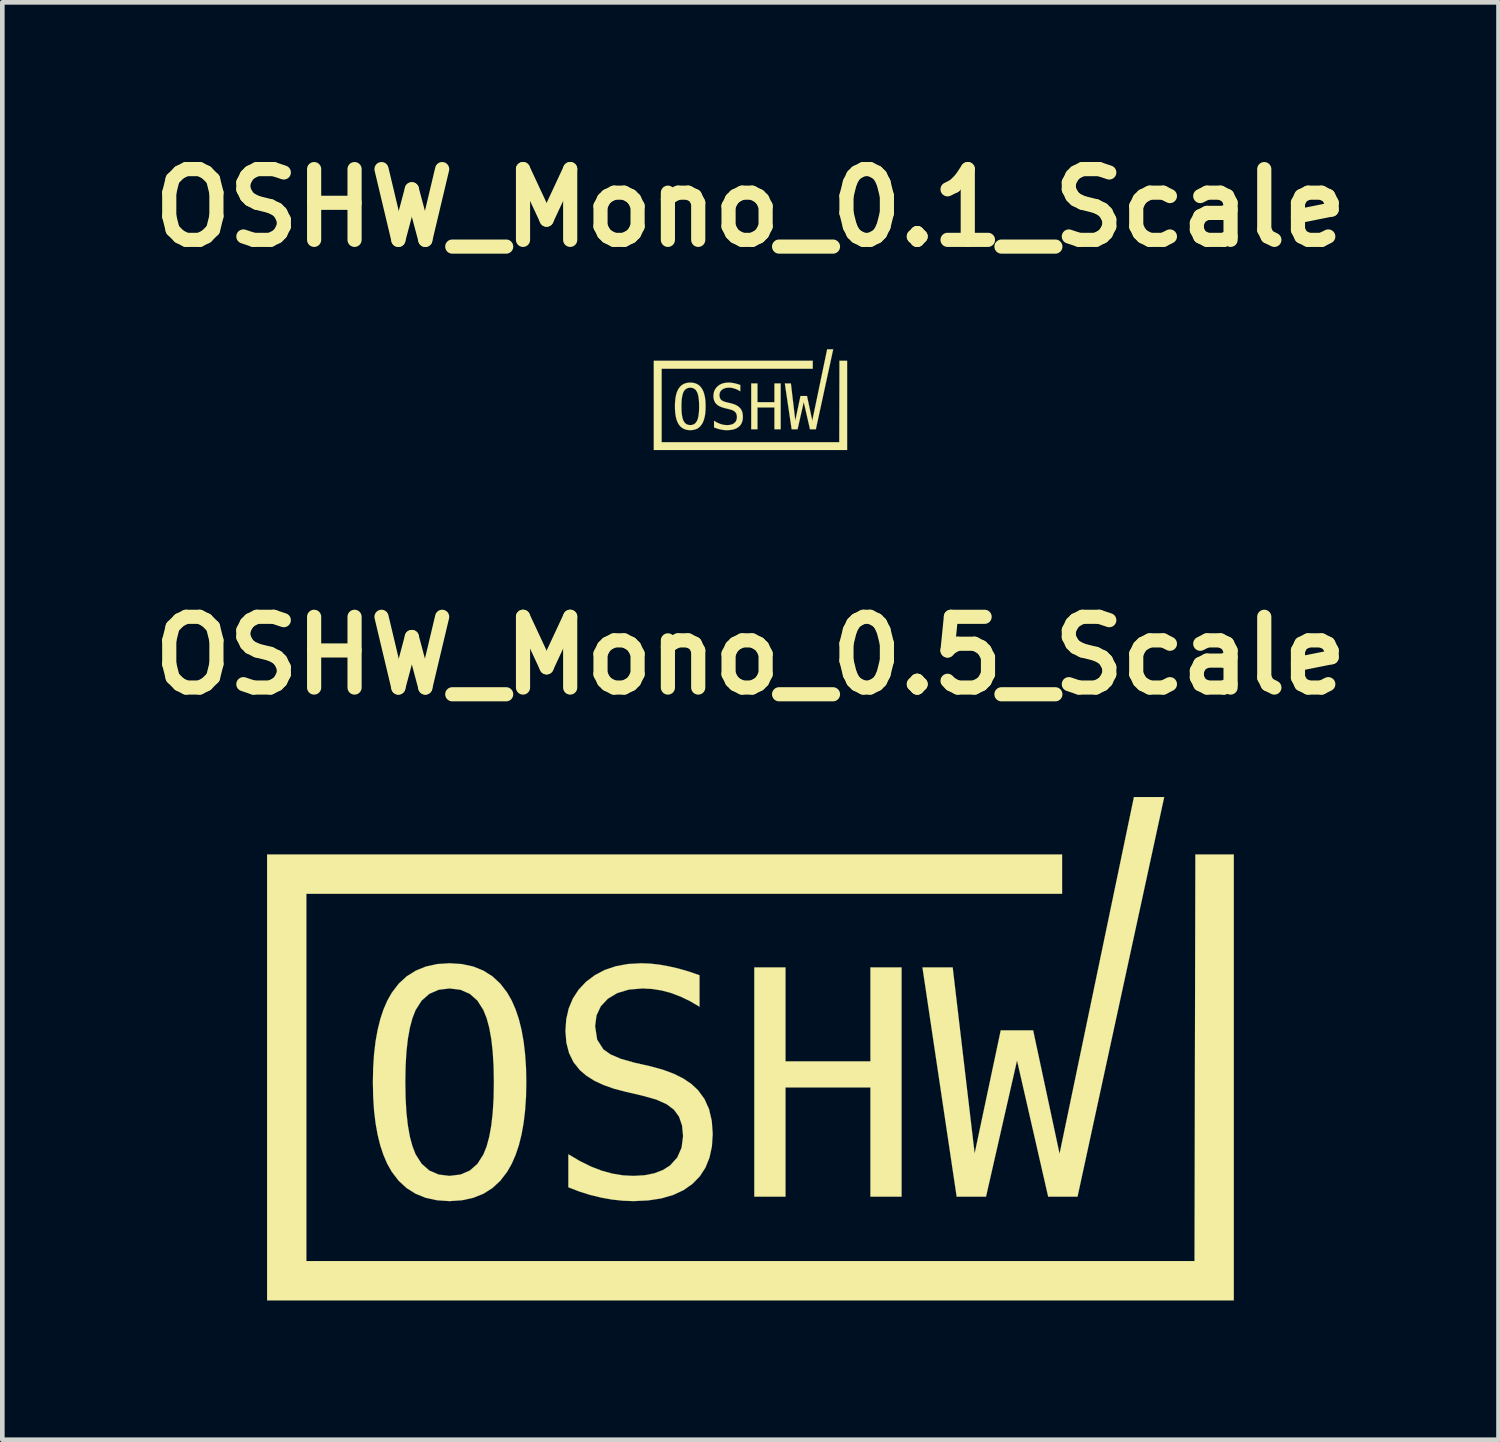
<source format=kicad_pcb>
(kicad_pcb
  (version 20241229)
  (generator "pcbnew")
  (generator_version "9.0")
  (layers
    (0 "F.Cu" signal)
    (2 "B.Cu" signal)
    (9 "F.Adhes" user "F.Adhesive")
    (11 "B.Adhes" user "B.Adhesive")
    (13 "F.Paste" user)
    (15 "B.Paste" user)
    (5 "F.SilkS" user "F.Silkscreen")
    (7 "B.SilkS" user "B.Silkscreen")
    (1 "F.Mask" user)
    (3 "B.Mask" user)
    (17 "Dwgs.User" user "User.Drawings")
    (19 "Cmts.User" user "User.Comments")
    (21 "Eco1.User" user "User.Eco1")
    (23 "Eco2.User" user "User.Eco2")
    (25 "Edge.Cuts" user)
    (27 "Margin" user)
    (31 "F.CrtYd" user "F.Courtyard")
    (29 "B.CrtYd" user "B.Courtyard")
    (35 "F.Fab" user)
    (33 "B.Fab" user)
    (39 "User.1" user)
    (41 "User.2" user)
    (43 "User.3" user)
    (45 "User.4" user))
  (footprint "OSHW_Mono_0.5_Scale"
    (layer "F.Cu")
    (at 13.114 19.539)
    (property "Reference" "OSHW_Mono_0.5_Scale" (at 0 -8.469 0) (layer "F.SilkS") (effects (font (size 1.524 1.524) (thickness 0.305))))
    (attr through_hole)
    (fp_poly (pts (xy 0.083 -1.752) (xy 0.755 -1.752) (xy 0.755 0.272) (xy 2.584 0.272) (xy 2.584 -1.752) (xy 3.255 -1.752) (xy 3.255 3.186) (xy 2.584 3.186) (xy 2.584 0.834) (xy 0.755 0.834) (xy 0.755 3.186) (xy 0.083 3.186) (xy 0.083 -1.752)) (stroke (width 0.003) (type solid)) (fill yes) (layer "F.SilkS"))
    (fp_poly (pts (xy 3.705 -1.752) (xy 4.356 -1.752) (xy 4.829 2.257) (xy 5.391 -0.396) (xy 6.089 -0.396) (xy 6.658 2.263) (xy 8.26 -5.421) (xy 8.912 -5.421) (xy 7.045 3.186) (xy 6.413 3.186) (xy 5.742 0.252) (xy 5.074 3.186) (xy 4.442 3.186) (xy 3.705 -1.752)) (stroke (width 0.003) (type solid)) (fill yes) (layer "F.SilkS"))
    (fp_poly (pts (xy -10.411 -4.184) (xy -10.411 -3.76) (xy -10.411 4.997) (xy -10.411 5.421) (xy -9.988 5.421) (xy 9.988 5.421) (xy 10.411 5.421) (xy 10.411 4.997) (xy 10.411 -4.184) (xy 9.583 -4.184) (xy 9.565 4.574) (xy -9.565 4.574) (xy -9.565 -3.337) (xy 6.712 -3.337) (xy 6.712 -4.184) (xy -9.988 -4.184) (xy -10.411 -4.184)) (stroke (width 0.003) (type solid)) (fill yes) (layer "F.SilkS"))
    (fp_poly (pts (xy -1.097 -1.583) (xy -1.097 -0.905) (xy -1.301 -1.025) (xy -1.505 -1.123) (xy -1.709 -1.2) (xy -1.913 -1.255) (xy -2.118 -1.288) (xy -2.324 -1.299) (xy -2.618 -1.274) (xy -2.867 -1.2) (xy -3.072 -1.077) (xy -3.224 -0.914) (xy -3.316 -0.717) (xy -3.346 -0.485) (xy -3.302 -0.197) (xy -3.168 0.014) (xy -3.012 0.123) (xy -2.787 0.219) (xy -2.493 0.302) (xy -2.143 0.381) (xy -1.88 0.454) (xy -1.647 0.541) (xy -1.445 0.642) (xy -1.273 0.759) (xy -1.131 0.891) (xy -0.992 1.08) (xy -0.892 1.301) (xy -0.833 1.553) (xy -0.813 1.837) (xy -0.83 2.105) (xy -0.883 2.347) (xy -0.97 2.562) (xy -1.092 2.75) (xy -1.25 2.911) (xy -1.44 3.045) (xy -1.662 3.148) (xy -1.916 3.223) (xy -2.202 3.267) (xy -2.52 3.282) (xy -2.751 3.273) (xy -2.984 3.248) (xy -3.217 3.206) (xy -3.452 3.149) (xy -3.686 3.075) (xy -3.922 2.984) (xy -3.922 2.273) (xy -3.673 2.42) (xy -3.434 2.538) (xy -3.204 2.627) (xy -2.977 2.689) (xy -2.749 2.727) (xy -2.52 2.739) (xy -2.281 2.725) (xy -2.07 2.683) (xy -1.887 2.613) (xy -1.732 2.515) (xy -1.576 2.343) (xy -1.483 2.131) (xy -1.451 1.88) (xy -1.473 1.652) (xy -1.538 1.464) (xy -1.646 1.314) (xy -1.806 1.194) (xy -2.03 1.094) (xy -2.318 1.013) (xy -2.675 0.93) (xy -2.935 0.862) (xy -3.165 0.781) (xy -3.365 0.687) (xy -3.534 0.58) (xy -3.674 0.461) (xy -3.81 0.29) (xy -3.907 0.093) (xy -3.965 -0.131) (xy -3.985 -0.383) (xy -3.967 -0.637) (xy -3.914 -0.869) (xy -3.825 -1.081) (xy -3.701 -1.272) (xy -3.542 -1.441) (xy -3.351 -1.585) (xy -3.138 -1.697) (xy -2.901 -1.777) (xy -2.641 -1.825) (xy -2.358 -1.841) (xy -2.165 -1.834) (xy -1.965 -1.812) (xy -1.759 -1.775) (xy -1.546 -1.726) (xy -1.325 -1.662) (xy -1.097 -1.583)) (stroke (width 0.003) (type solid)) (fill yes) (layer "F.SilkS"))
    (fp_poly (pts (xy -5.526 0.722) (xy -4.828 0.722) (xy -4.834 1.034) (xy -4.854 1.326) (xy -4.886 1.597) (xy -4.931 1.848) (xy -4.988 2.078) (xy -5.059 2.288) (xy -5.142 2.478) (xy -5.238 2.647) (xy -5.386 2.841) (xy -5.557 3) (xy -5.752 3.123) (xy -5.972 3.211) (xy -6.215 3.264) (xy -6.482 3.282) (xy -6.749 3.264) (xy -6.992 3.212) (xy -7.211 3.124) (xy -7.406 3.001) (xy -7.578 2.843) (xy -7.725 2.65) (xy -7.821 2.482) (xy -7.903 2.293) (xy -7.973 2.083) (xy -8.03 1.852) (xy -8.075 1.601) (xy -8.107 1.329) (xy -8.126 1.036) (xy -8.132 0.722) (xy -8.126 0.409) (xy -8.107 0.117) (xy -8.075 -0.155) (xy -8.03 -0.407) (xy -7.973 -0.637) (xy -7.903 -0.848) (xy -7.821 -1.037) (xy -7.725 -1.206) (xy -7.577 -1.4) (xy -7.405 -1.559) (xy -7.209 -1.682) (xy -6.99 -1.771) (xy -6.748 -1.824) (xy -6.482 -1.841) (xy -6.215 -1.824) (xy -5.972 -1.771) (xy -5.752 -1.682) (xy -5.557 -1.559) (xy -5.386 -1.4) (xy -5.238 -1.206) (xy -5.142 -1.037) (xy -5.059 -0.848) (xy -4.988 -0.637) (xy -4.931 -0.407) (xy -4.886 -0.155) (xy -4.854 0.117) (xy -4.834 0.409) (xy -4.828 0.722) (xy -5.526 0.722) (xy -5.532 0.377) (xy -5.551 0.066) (xy -5.582 -0.211) (xy -5.626 -0.452) (xy -5.682 -0.66) (xy -5.751 -0.832) (xy -5.88 -1.036) (xy -6.044 -1.182) (xy -6.245 -1.27) (xy -6.482 -1.299) (xy -6.717 -1.27) (xy -6.917 -1.182) (xy -7.083 -1.036) (xy -7.213 -0.832) (xy -7.28 -0.66) (xy -7.336 -0.452) (xy -7.379 -0.211) (xy -7.41 0.066) (xy -7.428 0.377) (xy -7.434 0.722) (xy -7.428 1.066) (xy -7.41 1.376) (xy -7.379 1.652) (xy -7.336 1.894) (xy -7.28 2.1) (xy -7.213 2.273) (xy -7.083 2.477) (xy -6.917 2.623) (xy -6.717 2.71) (xy -6.482 2.739) (xy -6.245 2.71) (xy -6.044 2.624) (xy -5.88 2.479) (xy -5.751 2.276) (xy -5.682 2.104) (xy -5.626 1.896) (xy -5.582 1.655) (xy -5.551 1.378) (xy -5.532 1.067) (xy -5.526 0.722)) (stroke (width 0.003) (type solid)) (fill yes) (layer "F.SilkS")))
  (footprint "OSHW_Mono_0.1_Scale"
    (layer "F.Cu")
    (at 13.114 5.559)
    (property "Reference" "OSHW_Mono_0.1_Scale" (at 0 -4.132 0) (layer "F.SilkS") (effects (font (size 1.524 1.524) (thickness 0.305))))
    (attr through_hole)
    (fp_poly (pts (xy 0.017 -0.35) (xy 0.151 -0.35) (xy 0.151 0.054) (xy 0.517 0.054) (xy 0.517 -0.35) (xy 0.651 -0.35) (xy 0.651 0.637) (xy 0.517 0.637) (xy 0.517 0.167) (xy 0.151 0.167) (xy 0.151 0.637) (xy 0.017 0.637) (xy 0.017 -0.35)) (stroke (width 0.003) (type solid)) (fill yes) (layer "F.SilkS"))
    (fp_poly (pts (xy 0.741 -0.35) (xy 0.871 -0.35) (xy 0.966 0.451) (xy 1.078 -0.079) (xy 1.218 -0.079) (xy 1.332 0.453) (xy 1.652 -1.084) (xy 1.782 -1.084) (xy 1.409 0.637) (xy 1.283 0.637) (xy 1.148 0.05) (xy 1.015 0.637) (xy 0.888 0.637) (xy 0.741 -0.35)) (stroke (width 0.003) (type solid)) (fill yes) (layer "F.SilkS"))
    (fp_poly (pts (xy -2.082 -0.837) (xy -2.082 -0.752) (xy -2.082 0.999) (xy -2.082 1.084) (xy -1.998 1.084) (xy 1.998 1.084) (xy 2.082 1.084) (xy 2.082 0.999) (xy 2.082 -0.837) (xy 1.917 -0.837) (xy 1.913 0.915) (xy -1.913 0.915) (xy -1.913 -0.667) (xy 1.342 -0.667) (xy 1.342 -0.837) (xy -1.998 -0.837) (xy -2.082 -0.837)) (stroke (width 0.003) (type solid)) (fill yes) (layer "F.SilkS"))
    (fp_poly (pts (xy -0.219 -0.317) (xy -0.219 -0.181) (xy -0.26 -0.205) (xy -0.301 -0.225) (xy -0.342 -0.24) (xy -0.383 -0.251) (xy -0.424 -0.258) (xy -0.465 -0.26) (xy -0.524 -0.255) (xy -0.573 -0.24) (xy -0.614 -0.215) (xy -0.645 -0.183) (xy -0.663 -0.143) (xy -0.669 -0.097) (xy -0.66 -0.039) (xy -0.634 0.003) (xy -0.602 0.025) (xy -0.557 0.044) (xy -0.499 0.06) (xy -0.429 0.076) (xy -0.376 0.091) (xy -0.329 0.108) (xy -0.289 0.128) (xy -0.255 0.152) (xy -0.226 0.178) (xy -0.198 0.216) (xy -0.178 0.26) (xy -0.167 0.311) (xy -0.163 0.367) (xy -0.166 0.421) (xy -0.177 0.469) (xy -0.194 0.512) (xy -0.218 0.55) (xy -0.25 0.582) (xy -0.288 0.609) (xy -0.332 0.63) (xy -0.383 0.645) (xy -0.44 0.653) (xy -0.504 0.656) (xy -0.55 0.655) (xy -0.597 0.65) (xy -0.643 0.641) (xy -0.69 0.63) (xy -0.737 0.615) (xy -0.784 0.597) (xy -0.784 0.455) (xy -0.735 0.484) (xy -0.687 0.508) (xy -0.641 0.525) (xy -0.595 0.538) (xy -0.55 0.545) (xy -0.504 0.548) (xy -0.456 0.545) (xy -0.414 0.537) (xy -0.377 0.523) (xy -0.346 0.503) (xy -0.315 0.469) (xy -0.297 0.426) (xy -0.29 0.376) (xy -0.295 0.33) (xy -0.308 0.293) (xy -0.329 0.263) (xy -0.361 0.239) (xy -0.406 0.219) (xy -0.464 0.203) (xy -0.535 0.186) (xy -0.587 0.172) (xy -0.633 0.156) (xy -0.673 0.137) (xy -0.707 0.116) (xy -0.735 0.092) (xy -0.762 0.058) (xy -0.781 0.019) (xy -0.793 -0.026) (xy -0.797 -0.077) (xy -0.793 -0.127) (xy -0.783 -0.174) (xy -0.765 -0.216) (xy -0.74 -0.254) (xy -0.708 -0.288) (xy -0.67 -0.317) (xy -0.628 -0.339) (xy -0.58 -0.355) (xy -0.528 -0.365) (xy -0.472 -0.368) (xy -0.433 -0.367) (xy -0.393 -0.362) (xy -0.352 -0.355) (xy -0.309 -0.345) (xy -0.265 -0.332) (xy -0.219 -0.317)) (stroke (width 0.003) (type solid)) (fill yes) (layer "F.SilkS"))
    (fp_poly (pts (xy -1.105 0.144) (xy -0.966 0.144) (xy -0.967 0.207) (xy -0.971 0.265) (xy -0.977 0.319) (xy -0.986 0.37) (xy -0.998 0.416) (xy -1.012 0.458) (xy -1.028 0.496) (xy -1.048 0.529) (xy -1.077 0.568) (xy -1.111 0.6) (xy -1.15 0.625) (xy -1.194 0.642) (xy -1.243 0.653) (xy -1.296 0.656) (xy -1.35 0.653) (xy -1.398 0.642) (xy -1.442 0.625) (xy -1.481 0.6) (xy -1.516 0.569) (xy -1.545 0.53) (xy -1.564 0.496) (xy -1.581 0.459) (xy -1.595 0.417) (xy -1.606 0.37) (xy -1.615 0.32) (xy -1.621 0.266) (xy -1.625 0.207) (xy -1.626 0.144) (xy -1.625 0.082) (xy -1.621 0.023) (xy -1.615 -0.031) (xy -1.606 -0.081) (xy -1.595 -0.127) (xy -1.581 -0.17) (xy -1.564 -0.207) (xy -1.545 -0.241) (xy -1.515 -0.28) (xy -1.481 -0.312) (xy -1.442 -0.336) (xy -1.398 -0.354) (xy -1.35 -0.365) (xy -1.296 -0.368) (xy -1.243 -0.365) (xy -1.194 -0.354) (xy -1.15 -0.336) (xy -1.111 -0.312) (xy -1.077 -0.28) (xy -1.048 -0.241) (xy -1.028 -0.207) (xy -1.012 -0.17) (xy -0.998 -0.127) (xy -0.986 -0.081) (xy -0.977 -0.031) (xy -0.971 0.023) (xy -0.967 0.082) (xy -0.966 0.144) (xy -1.105 0.144) (xy -1.106 0.075) (xy -1.11 0.013) (xy -1.116 -0.042) (xy -1.125 -0.09) (xy -1.136 -0.132) (xy -1.15 -0.166) (xy -1.176 -0.207) (xy -1.209 -0.236) (xy -1.249 -0.254) (xy -1.296 -0.26) (xy -1.343 -0.254) (xy -1.383 -0.236) (xy -1.417 -0.207) (xy -1.443 -0.166) (xy -1.456 -0.132) (xy -1.467 -0.09) (xy -1.476 -0.042) (xy -1.482 0.013) (xy -1.486 0.075) (xy -1.487 0.144) (xy -1.486 0.213) (xy -1.482 0.275) (xy -1.476 0.33) (xy -1.467 0.379) (xy -1.456 0.42) (xy -1.443 0.455) (xy -1.417 0.495) (xy -1.383 0.525) (xy -1.343 0.542) (xy -1.296 0.548) (xy -1.249 0.542) (xy -1.209 0.525) (xy -1.176 0.496) (xy -1.15 0.455) (xy -1.136 0.421) (xy -1.125 0.379) (xy -1.116 0.331) (xy -1.11 0.276) (xy -1.106 0.213) (xy -1.105 0.144)) (stroke (width 0.003) (type solid)) (fill yes) (layer "F.SilkS")))
  (gr_rect
    (start -3 -3)
    (end 29.227 27.961)
    (stroke (width 0.1) (type default))
    (fill no)
    (layer "Edge.Cuts")))
</source>
